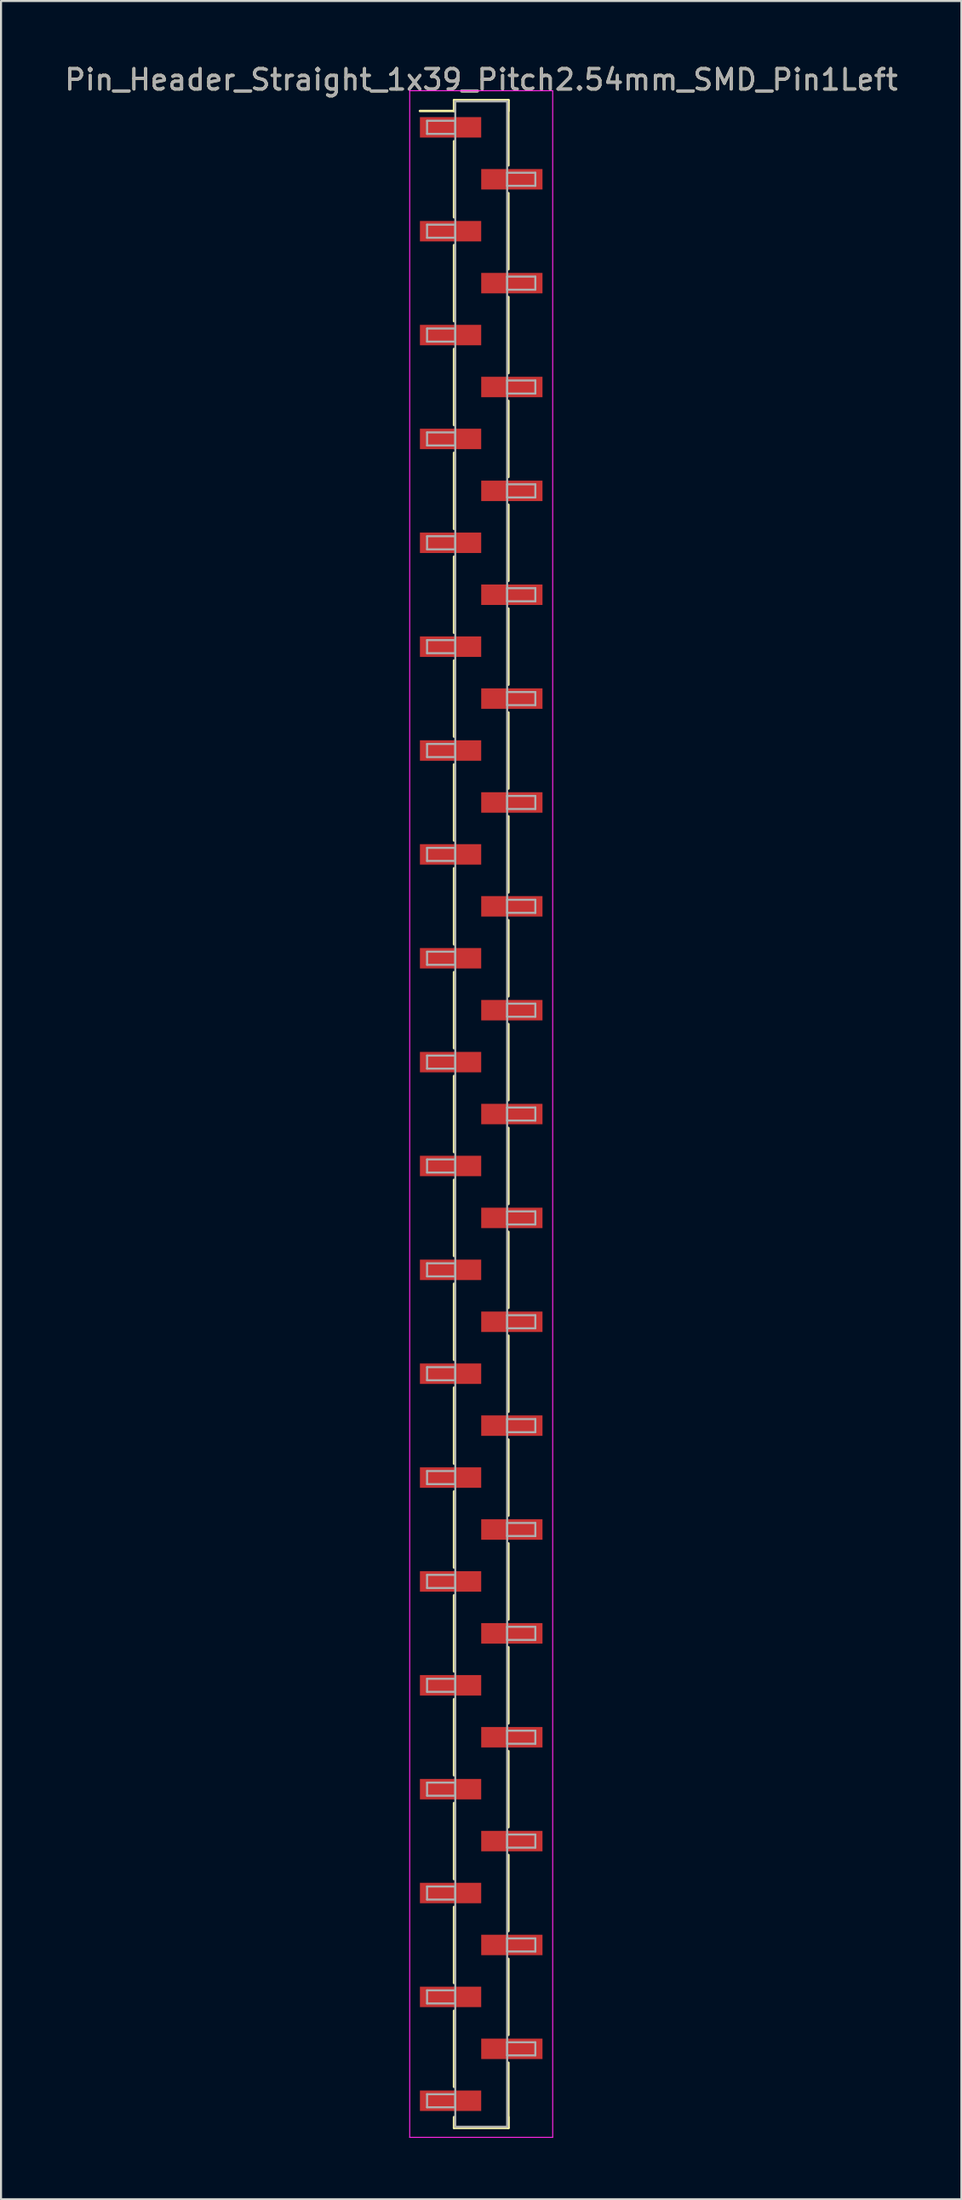
<source format=kicad_pcb>
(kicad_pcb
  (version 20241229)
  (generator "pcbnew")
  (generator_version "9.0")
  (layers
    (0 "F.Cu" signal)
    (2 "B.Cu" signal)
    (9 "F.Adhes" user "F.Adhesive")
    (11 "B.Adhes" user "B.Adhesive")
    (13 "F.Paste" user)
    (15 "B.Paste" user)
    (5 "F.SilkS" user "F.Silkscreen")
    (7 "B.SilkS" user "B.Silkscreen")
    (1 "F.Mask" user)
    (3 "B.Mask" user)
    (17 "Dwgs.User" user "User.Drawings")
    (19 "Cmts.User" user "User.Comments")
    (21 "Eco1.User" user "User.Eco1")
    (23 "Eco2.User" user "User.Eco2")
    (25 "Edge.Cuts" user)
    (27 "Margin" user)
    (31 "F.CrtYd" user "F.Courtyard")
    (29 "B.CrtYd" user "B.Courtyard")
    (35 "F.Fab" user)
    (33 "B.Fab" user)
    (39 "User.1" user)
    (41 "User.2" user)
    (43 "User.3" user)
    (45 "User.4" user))
  (footprint "Pin_Header_Straight_1x39_Pitch2.54mm_SMD_Pin1Left"
    (layer "F.Cu")
    (at 20.506 51.438)
    (property "Reference" "Pin_Header_Straight_1x39_Pitch2.54mm_SMD_Pin1Left" (at 0 -50.59 0) (layer "F.SilkS") (effects (font (size 1 1) (thickness 0.15))))
    (attr smd)
    (fp_line (start -1.33 -49.59) (end 1.33 -49.59) (stroke (width 0.12) (type solid)) (layer "F.SilkS"))
    (fp_line (start -1.33 -49.06) (end -3 -49.06) (stroke (width 0.12) (type solid)) (layer "F.SilkS"))
    (fp_line (start -1.33 -49.06) (end -1.33 -49.59) (stroke (width 0.12) (type solid)) (layer "F.SilkS"))
    (fp_line (start -1.33 -47.58) (end -1.33 -43.86) (stroke (width 0.12) (type solid)) (layer "F.SilkS"))
    (fp_line (start -1.33 -42.5) (end -1.33 -38.78) (stroke (width 0.12) (type solid)) (layer "F.SilkS"))
    (fp_line (start -1.33 -37.42) (end -1.33 -33.7) (stroke (width 0.12) (type solid)) (layer "F.SilkS"))
    (fp_line (start -1.33 -32.34) (end -1.33 -28.62) (stroke (width 0.12) (type solid)) (layer "F.SilkS"))
    (fp_line (start -1.33 -27.26) (end -1.33 -23.54) (stroke (width 0.12) (type solid)) (layer "F.SilkS"))
    (fp_line (start -1.33 -22.18) (end -1.33 -18.46) (stroke (width 0.12) (type solid)) (layer "F.SilkS"))
    (fp_line (start -1.33 -17.1) (end -1.33 -13.38) (stroke (width 0.12) (type solid)) (layer "F.SilkS"))
    (fp_line (start -1.33 -12.02) (end -1.33 -8.3) (stroke (width 0.12) (type solid)) (layer "F.SilkS"))
    (fp_line (start -1.33 -6.94) (end -1.33 -3.22) (stroke (width 0.12) (type solid)) (layer "F.SilkS"))
    (fp_line (start -1.33 -1.86) (end -1.33 1.86) (stroke (width 0.12) (type solid)) (layer "F.SilkS"))
    (fp_line (start -1.33 3.22) (end -1.33 6.94) (stroke (width 0.12) (type solid)) (layer "F.SilkS"))
    (fp_line (start -1.33 8.3) (end -1.33 12.02) (stroke (width 0.12) (type solid)) (layer "F.SilkS"))
    (fp_line (start -1.33 13.38) (end -1.33 17.1) (stroke (width 0.12) (type solid)) (layer "F.SilkS"))
    (fp_line (start -1.33 18.46) (end -1.33 22.18) (stroke (width 0.12) (type solid)) (layer "F.SilkS"))
    (fp_line (start -1.33 23.54) (end -1.33 27.26) (stroke (width 0.12) (type solid)) (layer "F.SilkS"))
    (fp_line (start -1.33 28.62) (end -1.33 32.34) (stroke (width 0.12) (type solid)) (layer "F.SilkS"))
    (fp_line (start -1.33 33.7) (end -1.33 37.42) (stroke (width 0.12) (type solid)) (layer "F.SilkS"))
    (fp_line (start -1.33 38.78) (end -1.33 42.5) (stroke (width 0.12) (type solid)) (layer "F.SilkS"))
    (fp_line (start -1.33 43.86) (end -1.33 47.58) (stroke (width 0.12) (type solid)) (layer "F.SilkS"))
    (fp_line (start -1.33 49.06) (end -1.33 49.59) (stroke (width 0.12) (type solid)) (layer "F.SilkS"))
    (fp_line (start -1.33 49.59) (end 1.33 49.59) (stroke (width 0.12) (type solid)) (layer "F.SilkS"))
    (fp_line (start 1.33 -49.59) (end 1.33 -49.06) (stroke (width 0.12) (type solid)) (layer "F.SilkS"))
    (fp_line (start 1.33 -49.59) (end 1.33 -46.4) (stroke (width 0.12) (type solid)) (layer "F.SilkS"))
    (fp_line (start 1.33 -45.04) (end 1.33 -41.32) (stroke (width 0.12) (type solid)) (layer "F.SilkS"))
    (fp_line (start 1.33 -39.96) (end 1.33 -36.24) (stroke (width 0.12) (type solid)) (layer "F.SilkS"))
    (fp_line (start 1.33 -34.88) (end 1.33 -31.16) (stroke (width 0.12) (type solid)) (layer "F.SilkS"))
    (fp_line (start 1.33 -29.8) (end 1.33 -26.08) (stroke (width 0.12) (type solid)) (layer "F.SilkS"))
    (fp_line (start 1.33 -24.72) (end 1.33 -21) (stroke (width 0.12) (type solid)) (layer "F.SilkS"))
    (fp_line (start 1.33 -19.64) (end 1.33 -15.92) (stroke (width 0.12) (type solid)) (layer "F.SilkS"))
    (fp_line (start 1.33 -14.56) (end 1.33 -10.84) (stroke (width 0.12) (type solid)) (layer "F.SilkS"))
    (fp_line (start 1.33 -9.48) (end 1.33 -5.76) (stroke (width 0.12) (type solid)) (layer "F.SilkS"))
    (fp_line (start 1.33 -4.4) (end 1.33 -0.68) (stroke (width 0.12) (type solid)) (layer "F.SilkS"))
    (fp_line (start 1.33 0.68) (end 1.33 4.4) (stroke (width 0.12) (type solid)) (layer "F.SilkS"))
    (fp_line (start 1.33 5.76) (end 1.33 9.48) (stroke (width 0.12) (type solid)) (layer "F.SilkS"))
    (fp_line (start 1.33 10.84) (end 1.33 14.56) (stroke (width 0.12) (type solid)) (layer "F.SilkS"))
    (fp_line (start 1.33 15.92) (end 1.33 19.64) (stroke (width 0.12) (type solid)) (layer "F.SilkS"))
    (fp_line (start 1.33 21) (end 1.33 24.72) (stroke (width 0.12) (type solid)) (layer "F.SilkS"))
    (fp_line (start 1.33 26.08) (end 1.33 29.8) (stroke (width 0.12) (type solid)) (layer "F.SilkS"))
    (fp_line (start 1.33 31.16) (end 1.33 34.88) (stroke (width 0.12) (type solid)) (layer "F.SilkS"))
    (fp_line (start 1.33 36.24) (end 1.33 39.96) (stroke (width 0.12) (type solid)) (layer "F.SilkS"))
    (fp_line (start 1.33 41.32) (end 1.33 45.04) (stroke (width 0.12) (type solid)) (layer "F.SilkS"))
    (fp_line (start 1.33 46.4) (end 1.33 49.59) (stroke (width 0.12) (type solid)) (layer "F.SilkS"))
    (fp_line (start 1.33 49.59) (end 1.33 49.06) (stroke (width 0.12) (type solid)) (layer "F.SilkS"))
    (fp_line (start -3.5 -50.05) (end -3.5 50.05) (stroke (width 0.05) (type solid)) (layer "F.CrtYd"))
    (fp_line (start -3.5 50.05) (end 3.5 50.05) (stroke (width 0.05) (type solid)) (layer "F.CrtYd"))
    (fp_line (start 3.5 -50.05) (end -3.5 -50.05) (stroke (width 0.05) (type solid)) (layer "F.CrtYd"))
    (fp_line (start 3.5 50.05) (end 3.5 -50.05) (stroke (width 0.05) (type solid)) (layer "F.CrtYd"))
    (fp_line (start -2.65 -48.58) (end -1.27 -48.58) (stroke (width 0.1) (type solid)) (layer "F.Fab"))
    (fp_line (start -2.65 -47.94) (end -2.65 -48.58) (stroke (width 0.1) (type solid)) (layer "F.Fab"))
    (fp_line (start -2.65 -43.5) (end -1.27 -43.5) (stroke (width 0.1) (type solid)) (layer "F.Fab"))
    (fp_line (start -2.65 -42.86) (end -2.65 -43.5) (stroke (width 0.1) (type solid)) (layer "F.Fab"))
    (fp_line (start -2.65 -38.42) (end -1.27 -38.42) (stroke (width 0.1) (type solid)) (layer "F.Fab"))
    (fp_line (start -2.65 -37.78) (end -2.65 -38.42) (stroke (width 0.1) (type solid)) (layer "F.Fab"))
    (fp_line (start -2.65 -33.34) (end -1.27 -33.34) (stroke (width 0.1) (type solid)) (layer "F.Fab"))
    (fp_line (start -2.65 -32.7) (end -2.65 -33.34) (stroke (width 0.1) (type solid)) (layer "F.Fab"))
    (fp_line (start -2.65 -28.26) (end -1.27 -28.26) (stroke (width 0.1) (type solid)) (layer "F.Fab"))
    (fp_line (start -2.65 -27.62) (end -2.65 -28.26) (stroke (width 0.1) (type solid)) (layer "F.Fab"))
    (fp_line (start -2.65 -23.18) (end -1.27 -23.18) (stroke (width 0.1) (type solid)) (layer "F.Fab"))
    (fp_line (start -2.65 -22.54) (end -2.65 -23.18) (stroke (width 0.1) (type solid)) (layer "F.Fab"))
    (fp_line (start -2.65 -18.1) (end -1.27 -18.1) (stroke (width 0.1) (type solid)) (layer "F.Fab"))
    (fp_line (start -2.65 -17.46) (end -2.65 -18.1) (stroke (width 0.1) (type solid)) (layer "F.Fab"))
    (fp_line (start -2.65 -13.02) (end -1.27 -13.02) (stroke (width 0.1) (type solid)) (layer "F.Fab"))
    (fp_line (start -2.65 -12.38) (end -2.65 -13.02) (stroke (width 0.1) (type solid)) (layer "F.Fab"))
    (fp_line (start -2.65 -7.94) (end -1.27 -7.94) (stroke (width 0.1) (type solid)) (layer "F.Fab"))
    (fp_line (start -2.65 -7.3) (end -2.65 -7.94) (stroke (width 0.1) (type solid)) (layer "F.Fab"))
    (fp_line (start -2.65 -2.86) (end -1.27 -2.86) (stroke (width 0.1) (type solid)) (layer "F.Fab"))
    (fp_line (start -2.65 -2.22) (end -2.65 -2.86) (stroke (width 0.1) (type solid)) (layer "F.Fab"))
    (fp_line (start -2.65 2.22) (end -1.27 2.22) (stroke (width 0.1) (type solid)) (layer "F.Fab"))
    (fp_line (start -2.65 2.86) (end -2.65 2.22) (stroke (width 0.1) (type solid)) (layer "F.Fab"))
    (fp_line (start -2.65 7.3) (end -1.27 7.3) (stroke (width 0.1) (type solid)) (layer "F.Fab"))
    (fp_line (start -2.65 7.94) (end -2.65 7.3) (stroke (width 0.1) (type solid)) (layer "F.Fab"))
    (fp_line (start -2.65 12.38) (end -1.27 12.38) (stroke (width 0.1) (type solid)) (layer "F.Fab"))
    (fp_line (start -2.65 13.02) (end -2.65 12.38) (stroke (width 0.1) (type solid)) (layer "F.Fab"))
    (fp_line (start -2.65 17.46) (end -1.27 17.46) (stroke (width 0.1) (type solid)) (layer "F.Fab"))
    (fp_line (start -2.65 18.1) (end -2.65 17.46) (stroke (width 0.1) (type solid)) (layer "F.Fab"))
    (fp_line (start -2.65 22.54) (end -1.27 22.54) (stroke (width 0.1) (type solid)) (layer "F.Fab"))
    (fp_line (start -2.65 23.18) (end -2.65 22.54) (stroke (width 0.1) (type solid)) (layer "F.Fab"))
    (fp_line (start -2.65 27.62) (end -1.27 27.62) (stroke (width 0.1) (type solid)) (layer "F.Fab"))
    (fp_line (start -2.65 28.26) (end -2.65 27.62) (stroke (width 0.1) (type solid)) (layer "F.Fab"))
    (fp_line (start -2.65 32.7) (end -1.27 32.7) (stroke (width 0.1) (type solid)) (layer "F.Fab"))
    (fp_line (start -2.65 33.34) (end -2.65 32.7) (stroke (width 0.1) (type solid)) (layer "F.Fab"))
    (fp_line (start -2.65 37.78) (end -1.27 37.78) (stroke (width 0.1) (type solid)) (layer "F.Fab"))
    (fp_line (start -2.65 38.42) (end -2.65 37.78) (stroke (width 0.1) (type solid)) (layer "F.Fab"))
    (fp_line (start -2.65 42.86) (end -1.27 42.86) (stroke (width 0.1) (type solid)) (layer "F.Fab"))
    (fp_line (start -2.65 43.5) (end -2.65 42.86) (stroke (width 0.1) (type solid)) (layer "F.Fab"))
    (fp_line (start -2.65 47.94) (end -1.27 47.94) (stroke (width 0.1) (type solid)) (layer "F.Fab"))
    (fp_line (start -2.65 48.58) (end -2.65 47.94) (stroke (width 0.1) (type solid)) (layer "F.Fab"))
    (fp_line (start -1.27 -49.53) (end -1.27 49.53) (stroke (width 0.1) (type solid)) (layer "F.Fab"))
    (fp_line (start -1.27 -48.58) (end -1.27 -47.94) (stroke (width 0.1) (type solid)) (layer "F.Fab"))
    (fp_line (start -1.27 -47.94) (end -2.65 -47.94) (stroke (width 0.1) (type solid)) (layer "F.Fab"))
    (fp_line (start -1.27 -43.5) (end -1.27 -42.86) (stroke (width 0.1) (type solid)) (layer "F.Fab"))
    (fp_line (start -1.27 -42.86) (end -2.65 -42.86) (stroke (width 0.1) (type solid)) (layer "F.Fab"))
    (fp_line (start -1.27 -38.42) (end -1.27 -37.78) (stroke (width 0.1) (type solid)) (layer "F.Fab"))
    (fp_line (start -1.27 -37.78) (end -2.65 -37.78) (stroke (width 0.1) (type solid)) (layer "F.Fab"))
    (fp_line (start -1.27 -33.34) (end -1.27 -32.7) (stroke (width 0.1) (type solid)) (layer "F.Fab"))
    (fp_line (start -1.27 -32.7) (end -2.65 -32.7) (stroke (width 0.1) (type solid)) (layer "F.Fab"))
    (fp_line (start -1.27 -28.26) (end -1.27 -27.62) (stroke (width 0.1) (type solid)) (layer "F.Fab"))
    (fp_line (start -1.27 -27.62) (end -2.65 -27.62) (stroke (width 0.1) (type solid)) (layer "F.Fab"))
    (fp_line (start -1.27 -23.18) (end -1.27 -22.54) (stroke (width 0.1) (type solid)) (layer "F.Fab"))
    (fp_line (start -1.27 -22.54) (end -2.65 -22.54) (stroke (width 0.1) (type solid)) (layer "F.Fab"))
    (fp_line (start -1.27 -18.1) (end -1.27 -17.46) (stroke (width 0.1) (type solid)) (layer "F.Fab"))
    (fp_line (start -1.27 -17.46) (end -2.65 -17.46) (stroke (width 0.1) (type solid)) (layer "F.Fab"))
    (fp_line (start -1.27 -13.02) (end -1.27 -12.38) (stroke (width 0.1) (type solid)) (layer "F.Fab"))
    (fp_line (start -1.27 -12.38) (end -2.65 -12.38) (stroke (width 0.1) (type solid)) (layer "F.Fab"))
    (fp_line (start -1.27 -7.94) (end -1.27 -7.3) (stroke (width 0.1) (type solid)) (layer "F.Fab"))
    (fp_line (start -1.27 -7.3) (end -2.65 -7.3) (stroke (width 0.1) (type solid)) (layer "F.Fab"))
    (fp_line (start -1.27 -2.86) (end -1.27 -2.22) (stroke (width 0.1) (type solid)) (layer "F.Fab"))
    (fp_line (start -1.27 -2.22) (end -2.65 -2.22) (stroke (width 0.1) (type solid)) (layer "F.Fab"))
    (fp_line (start -1.27 2.22) (end -1.27 2.86) (stroke (width 0.1) (type solid)) (layer "F.Fab"))
    (fp_line (start -1.27 2.86) (end -2.65 2.86) (stroke (width 0.1) (type solid)) (layer "F.Fab"))
    (fp_line (start -1.27 7.3) (end -1.27 7.94) (stroke (width 0.1) (type solid)) (layer "F.Fab"))
    (fp_line (start -1.27 7.94) (end -2.65 7.94) (stroke (width 0.1) (type solid)) (layer "F.Fab"))
    (fp_line (start -1.27 12.38) (end -1.27 13.02) (stroke (width 0.1) (type solid)) (layer "F.Fab"))
    (fp_line (start -1.27 13.02) (end -2.65 13.02) (stroke (width 0.1) (type solid)) (layer "F.Fab"))
    (fp_line (start -1.27 17.46) (end -1.27 18.1) (stroke (width 0.1) (type solid)) (layer "F.Fab"))
    (fp_line (start -1.27 18.1) (end -2.65 18.1) (stroke (width 0.1) (type solid)) (layer "F.Fab"))
    (fp_line (start -1.27 22.54) (end -1.27 23.18) (stroke (width 0.1) (type solid)) (layer "F.Fab"))
    (fp_line (start -1.27 23.18) (end -2.65 23.18) (stroke (width 0.1) (type solid)) (layer "F.Fab"))
    (fp_line (start -1.27 27.62) (end -1.27 28.26) (stroke (width 0.1) (type solid)) (layer "F.Fab"))
    (fp_line (start -1.27 28.26) (end -2.65 28.26) (stroke (width 0.1) (type solid)) (layer "F.Fab"))
    (fp_line (start -1.27 32.7) (end -1.27 33.34) (stroke (width 0.1) (type solid)) (layer "F.Fab"))
    (fp_line (start -1.27 33.34) (end -2.65 33.34) (stroke (width 0.1) (type solid)) (layer "F.Fab"))
    (fp_line (start -1.27 37.78) (end -1.27 38.42) (stroke (width 0.1) (type solid)) (layer "F.Fab"))
    (fp_line (start -1.27 38.42) (end -2.65 38.42) (stroke (width 0.1) (type solid)) (layer "F.Fab"))
    (fp_line (start -1.27 42.86) (end -1.27 43.5) (stroke (width 0.1) (type solid)) (layer "F.Fab"))
    (fp_line (start -1.27 43.5) (end -2.65 43.5) (stroke (width 0.1) (type solid)) (layer "F.Fab"))
    (fp_line (start -1.27 47.94) (end -1.27 48.58) (stroke (width 0.1) (type solid)) (layer "F.Fab"))
    (fp_line (start -1.27 48.58) (end -2.65 48.58) (stroke (width 0.1) (type solid)) (layer "F.Fab"))
    (fp_line (start -1.27 49.53) (end 1.27 49.53) (stroke (width 0.1) (type solid)) (layer "F.Fab"))
    (fp_line (start 1.27 -49.53) (end -1.27 -49.53) (stroke (width 0.1) (type solid)) (layer "F.Fab"))
    (fp_line (start 1.27 -46.04) (end 1.27 -45.4) (stroke (width 0.1) (type solid)) (layer "F.Fab"))
    (fp_line (start 1.27 -45.4) (end 2.65 -45.4) (stroke (width 0.1) (type solid)) (layer "F.Fab"))
    (fp_line (start 1.27 -40.96) (end 1.27 -40.32) (stroke (width 0.1) (type solid)) (layer "F.Fab"))
    (fp_line (start 1.27 -40.32) (end 2.65 -40.32) (stroke (width 0.1) (type solid)) (layer "F.Fab"))
    (fp_line (start 1.27 -35.88) (end 1.27 -35.24) (stroke (width 0.1) (type solid)) (layer "F.Fab"))
    (fp_line (start 1.27 -35.24) (end 2.65 -35.24) (stroke (width 0.1) (type solid)) (layer "F.Fab"))
    (fp_line (start 1.27 -30.8) (end 1.27 -30.16) (stroke (width 0.1) (type solid)) (layer "F.Fab"))
    (fp_line (start 1.27 -30.16) (end 2.65 -30.16) (stroke (width 0.1) (type solid)) (layer "F.Fab"))
    (fp_line (start 1.27 -25.72) (end 1.27 -25.08) (stroke (width 0.1) (type solid)) (layer "F.Fab"))
    (fp_line (start 1.27 -25.08) (end 2.65 -25.08) (stroke (width 0.1) (type solid)) (layer "F.Fab"))
    (fp_line (start 1.27 -20.64) (end 1.27 -20) (stroke (width 0.1) (type solid)) (layer "F.Fab"))
    (fp_line (start 1.27 -20) (end 2.65 -20) (stroke (width 0.1) (type solid)) (layer "F.Fab"))
    (fp_line (start 1.27 -15.56) (end 1.27 -14.92) (stroke (width 0.1) (type solid)) (layer "F.Fab"))
    (fp_line (start 1.27 -14.92) (end 2.65 -14.92) (stroke (width 0.1) (type solid)) (layer "F.Fab"))
    (fp_line (start 1.27 -10.48) (end 1.27 -9.84) (stroke (width 0.1) (type solid)) (layer "F.Fab"))
    (fp_line (start 1.27 -9.84) (end 2.65 -9.84) (stroke (width 0.1) (type solid)) (layer "F.Fab"))
    (fp_line (start 1.27 -5.4) (end 1.27 -4.76) (stroke (width 0.1) (type solid)) (layer "F.Fab"))
    (fp_line (start 1.27 -4.76) (end 2.65 -4.76) (stroke (width 0.1) (type solid)) (layer "F.Fab"))
    (fp_line (start 1.27 -0.32) (end 1.27 0.32) (stroke (width 0.1) (type solid)) (layer "F.Fab"))
    (fp_line (start 1.27 0.32) (end 2.65 0.32) (stroke (width 0.1) (type solid)) (layer "F.Fab"))
    (fp_line (start 1.27 4.76) (end 1.27 5.4) (stroke (width 0.1) (type solid)) (layer "F.Fab"))
    (fp_line (start 1.27 5.4) (end 2.65 5.4) (stroke (width 0.1) (type solid)) (layer "F.Fab"))
    (fp_line (start 1.27 9.84) (end 1.27 10.48) (stroke (width 0.1) (type solid)) (layer "F.Fab"))
    (fp_line (start 1.27 10.48) (end 2.65 10.48) (stroke (width 0.1) (type solid)) (layer "F.Fab"))
    (fp_line (start 1.27 14.92) (end 1.27 15.56) (stroke (width 0.1) (type solid)) (layer "F.Fab"))
    (fp_line (start 1.27 15.56) (end 2.65 15.56) (stroke (width 0.1) (type solid)) (layer "F.Fab"))
    (fp_line (start 1.27 20) (end 1.27 20.64) (stroke (width 0.1) (type solid)) (layer "F.Fab"))
    (fp_line (start 1.27 20.64) (end 2.65 20.64) (stroke (width 0.1) (type solid)) (layer "F.Fab"))
    (fp_line (start 1.27 25.08) (end 1.27 25.72) (stroke (width 0.1) (type solid)) (layer "F.Fab"))
    (fp_line (start 1.27 25.72) (end 2.65 25.72) (stroke (width 0.1) (type solid)) (layer "F.Fab"))
    (fp_line (start 1.27 30.16) (end 1.27 30.8) (stroke (width 0.1) (type solid)) (layer "F.Fab"))
    (fp_line (start 1.27 30.8) (end 2.65 30.8) (stroke (width 0.1) (type solid)) (layer "F.Fab"))
    (fp_line (start 1.27 35.24) (end 1.27 35.88) (stroke (width 0.1) (type solid)) (layer "F.Fab"))
    (fp_line (start 1.27 35.88) (end 2.65 35.88) (stroke (width 0.1) (type solid)) (layer "F.Fab"))
    (fp_line (start 1.27 40.32) (end 1.27 40.96) (stroke (width 0.1) (type solid)) (layer "F.Fab"))
    (fp_line (start 1.27 40.96) (end 2.65 40.96) (stroke (width 0.1) (type solid)) (layer "F.Fab"))
    (fp_line (start 1.27 45.4) (end 1.27 46.04) (stroke (width 0.1) (type solid)) (layer "F.Fab"))
    (fp_line (start 1.27 46.04) (end 2.65 46.04) (stroke (width 0.1) (type solid)) (layer "F.Fab"))
    (fp_line (start 1.27 49.53) (end 1.27 -49.53) (stroke (width 0.1) (type solid)) (layer "F.Fab"))
    (fp_line (start 2.65 -46.04) (end 1.27 -46.04) (stroke (width 0.1) (type solid)) (layer "F.Fab"))
    (fp_line (start 2.65 -45.4) (end 2.65 -46.04) (stroke (width 0.1) (type solid)) (layer "F.Fab"))
    (fp_line (start 2.65 -40.96) (end 1.27 -40.96) (stroke (width 0.1) (type solid)) (layer "F.Fab"))
    (fp_line (start 2.65 -40.32) (end 2.65 -40.96) (stroke (width 0.1) (type solid)) (layer "F.Fab"))
    (fp_line (start 2.65 -35.88) (end 1.27 -35.88) (stroke (width 0.1) (type solid)) (layer "F.Fab"))
    (fp_line (start 2.65 -35.24) (end 2.65 -35.88) (stroke (width 0.1) (type solid)) (layer "F.Fab"))
    (fp_line (start 2.65 -30.8) (end 1.27 -30.8) (stroke (width 0.1) (type solid)) (layer "F.Fab"))
    (fp_line (start 2.65 -30.16) (end 2.65 -30.8) (stroke (width 0.1) (type solid)) (layer "F.Fab"))
    (fp_line (start 2.65 -25.72) (end 1.27 -25.72) (stroke (width 0.1) (type solid)) (layer "F.Fab"))
    (fp_line (start 2.65 -25.08) (end 2.65 -25.72) (stroke (width 0.1) (type solid)) (layer "F.Fab"))
    (fp_line (start 2.65 -20.64) (end 1.27 -20.64) (stroke (width 0.1) (type solid)) (layer "F.Fab"))
    (fp_line (start 2.65 -20) (end 2.65 -20.64) (stroke (width 0.1) (type solid)) (layer "F.Fab"))
    (fp_line (start 2.65 -15.56) (end 1.27 -15.56) (stroke (width 0.1) (type solid)) (layer "F.Fab"))
    (fp_line (start 2.65 -14.92) (end 2.65 -15.56) (stroke (width 0.1) (type solid)) (layer "F.Fab"))
    (fp_line (start 2.65 -10.48) (end 1.27 -10.48) (stroke (width 0.1) (type solid)) (layer "F.Fab"))
    (fp_line (start 2.65 -9.84) (end 2.65 -10.48) (stroke (width 0.1) (type solid)) (layer "F.Fab"))
    (fp_line (start 2.65 -5.4) (end 1.27 -5.4) (stroke (width 0.1) (type solid)) (layer "F.Fab"))
    (fp_line (start 2.65 -4.76) (end 2.65 -5.4) (stroke (width 0.1) (type solid)) (layer "F.Fab"))
    (fp_line (start 2.65 -0.32) (end 1.27 -0.32) (stroke (width 0.1) (type solid)) (layer "F.Fab"))
    (fp_line (start 2.65 0.32) (end 2.65 -0.32) (stroke (width 0.1) (type solid)) (layer "F.Fab"))
    (fp_line (start 2.65 4.76) (end 1.27 4.76) (stroke (width 0.1) (type solid)) (layer "F.Fab"))
    (fp_line (start 2.65 5.4) (end 2.65 4.76) (stroke (width 0.1) (type solid)) (layer "F.Fab"))
    (fp_line (start 2.65 9.84) (end 1.27 9.84) (stroke (width 0.1) (type solid)) (layer "F.Fab"))
    (fp_line (start 2.65 10.48) (end 2.65 9.84) (stroke (width 0.1) (type solid)) (layer "F.Fab"))
    (fp_line (start 2.65 14.92) (end 1.27 14.92) (stroke (width 0.1) (type solid)) (layer "F.Fab"))
    (fp_line (start 2.65 15.56) (end 2.65 14.92) (stroke (width 0.1) (type solid)) (layer "F.Fab"))
    (fp_line (start 2.65 20) (end 1.27 20) (stroke (width 0.1) (type solid)) (layer "F.Fab"))
    (fp_line (start 2.65 20.64) (end 2.65 20) (stroke (width 0.1) (type solid)) (layer "F.Fab"))
    (fp_line (start 2.65 25.08) (end 1.27 25.08) (stroke (width 0.1) (type solid)) (layer "F.Fab"))
    (fp_line (start 2.65 25.72) (end 2.65 25.08) (stroke (width 0.1) (type solid)) (layer "F.Fab"))
    (fp_line (start 2.65 30.16) (end 1.27 30.16) (stroke (width 0.1) (type solid)) (layer "F.Fab"))
    (fp_line (start 2.65 30.8) (end 2.65 30.16) (stroke (width 0.1) (type solid)) (layer "F.Fab"))
    (fp_line (start 2.65 35.24) (end 1.27 35.24) (stroke (width 0.1) (type solid)) (layer "F.Fab"))
    (fp_line (start 2.65 35.88) (end 2.65 35.24) (stroke (width 0.1) (type solid)) (layer "F.Fab"))
    (fp_line (start 2.65 40.32) (end 1.27 40.32) (stroke (width 0.1) (type solid)) (layer "F.Fab"))
    (fp_line (start 2.65 40.96) (end 2.65 40.32) (stroke (width 0.1) (type solid)) (layer "F.Fab"))
    (fp_line (start 2.65 45.4) (end 1.27 45.4) (stroke (width 0.1) (type solid)) (layer "F.Fab"))
    (fp_line (start 2.65 46.04) (end 2.65 45.4) (stroke (width 0.1) (type solid)) (layer "F.Fab"))
    (fp_text user "${REFERENCE}" (at 0 -50.59 0) (layer "F.Fab") (effects (font (size 1 1) (thickness 0.15))))
    (pad "1" smd rect (at -1.5 -48.26) (size 3 1) (layers "F.Cu" "F.Mask" "F.Paste"))
    (pad "2" smd rect (at 1.5 -45.72) (size 3 1) (layers "F.Cu" "F.Mask" "F.Paste"))
    (pad "3" smd rect (at -1.5 -43.18) (size 3 1) (layers "F.Cu" "F.Mask" "F.Paste"))
    (pad "4" smd rect (at 1.5 -40.64) (size 3 1) (layers "F.Cu" "F.Mask" "F.Paste"))
    (pad "5" smd rect (at -1.5 -38.1) (size 3 1) (layers "F.Cu" "F.Mask" "F.Paste"))
    (pad "6" smd rect (at 1.5 -35.56) (size 3 1) (layers "F.Cu" "F.Mask" "F.Paste"))
    (pad "7" smd rect (at -1.5 -33.02) (size 3 1) (layers "F.Cu" "F.Mask" "F.Paste"))
    (pad "8" smd rect (at 1.5 -30.48) (size 3 1) (layers "F.Cu" "F.Mask" "F.Paste"))
    (pad "9" smd rect (at -1.5 -27.94) (size 3 1) (layers "F.Cu" "F.Mask" "F.Paste"))
    (pad "10" smd rect (at 1.5 -25.4) (size 3 1) (layers "F.Cu" "F.Mask" "F.Paste"))
    (pad "11" smd rect (at -1.5 -22.86) (size 3 1) (layers "F.Cu" "F.Mask" "F.Paste"))
    (pad "12" smd rect (at 1.5 -20.32) (size 3 1) (layers "F.Cu" "F.Mask" "F.Paste"))
    (pad "13" smd rect (at -1.5 -17.78) (size 3 1) (layers "F.Cu" "F.Mask" "F.Paste"))
    (pad "14" smd rect (at 1.5 -15.24) (size 3 1) (layers "F.Cu" "F.Mask" "F.Paste"))
    (pad "15" smd rect (at -1.5 -12.7) (size 3 1) (layers "F.Cu" "F.Mask" "F.Paste"))
    (pad "16" smd rect (at 1.5 -10.16) (size 3 1) (layers "F.Cu" "F.Mask" "F.Paste"))
    (pad "17" smd rect (at -1.5 -7.62) (size 3 1) (layers "F.Cu" "F.Mask" "F.Paste"))
    (pad "18" smd rect (at 1.5 -5.08) (size 3 1) (layers "F.Cu" "F.Mask" "F.Paste"))
    (pad "19" smd rect (at -1.5 -2.54) (size 3 1) (layers "F.Cu" "F.Mask" "F.Paste"))
    (pad "20" smd rect (at 1.5 0) (size 3 1) (layers "F.Cu" "F.Mask" "F.Paste"))
    (pad "21" smd rect (at -1.5 2.54) (size 3 1) (layers "F.Cu" "F.Mask" "F.Paste"))
    (pad "22" smd rect (at 1.5 5.08) (size 3 1) (layers "F.Cu" "F.Mask" "F.Paste"))
    (pad "23" smd rect (at -1.5 7.62) (size 3 1) (layers "F.Cu" "F.Mask" "F.Paste"))
    (pad "24" smd rect (at 1.5 10.16) (size 3 1) (layers "F.Cu" "F.Mask" "F.Paste"))
    (pad "25" smd rect (at -1.5 12.7) (size 3 1) (layers "F.Cu" "F.Mask" "F.Paste"))
    (pad "26" smd rect (at 1.5 15.24) (size 3 1) (layers "F.Cu" "F.Mask" "F.Paste"))
    (pad "27" smd rect (at -1.5 17.78) (size 3 1) (layers "F.Cu" "F.Mask" "F.Paste"))
    (pad "28" smd rect (at 1.5 20.32) (size 3 1) (layers "F.Cu" "F.Mask" "F.Paste"))
    (pad "29" smd rect (at -1.5 22.86) (size 3 1) (layers "F.Cu" "F.Mask" "F.Paste"))
    (pad "30" smd rect (at 1.5 25.4) (size 3 1) (layers "F.Cu" "F.Mask" "F.Paste"))
    (pad "31" smd rect (at -1.5 27.94) (size 3 1) (layers "F.Cu" "F.Mask" "F.Paste"))
    (pad "32" smd rect (at 1.5 30.48) (size 3 1) (layers "F.Cu" "F.Mask" "F.Paste"))
    (pad "33" smd rect (at -1.5 33.02) (size 3 1) (layers "F.Cu" "F.Mask" "F.Paste"))
    (pad "34" smd rect (at 1.5 35.56) (size 3 1) (layers "F.Cu" "F.Mask" "F.Paste"))
    (pad "35" smd rect (at -1.5 38.1) (size 3 1) (layers "F.Cu" "F.Mask" "F.Paste"))
    (pad "36" smd rect (at 1.5 40.64) (size 3 1) (layers "F.Cu" "F.Mask" "F.Paste"))
    (pad "37" smd rect (at -1.5 43.18) (size 3 1) (layers "F.Cu" "F.Mask" "F.Paste"))
    (pad "38" smd rect (at 1.5 45.72) (size 3 1) (layers "F.Cu" "F.Mask" "F.Paste"))
    (pad "39" smd rect (at -1.5 48.26) (size 3 1) (layers "F.Cu" "F.Mask" "F.Paste")))
  (gr_rect
    (start -3 -3)
    (end 44.012 104.513)
    (stroke (width 0.1) (type default))
    (fill no)
    (layer "Edge.Cuts")))
</source>
